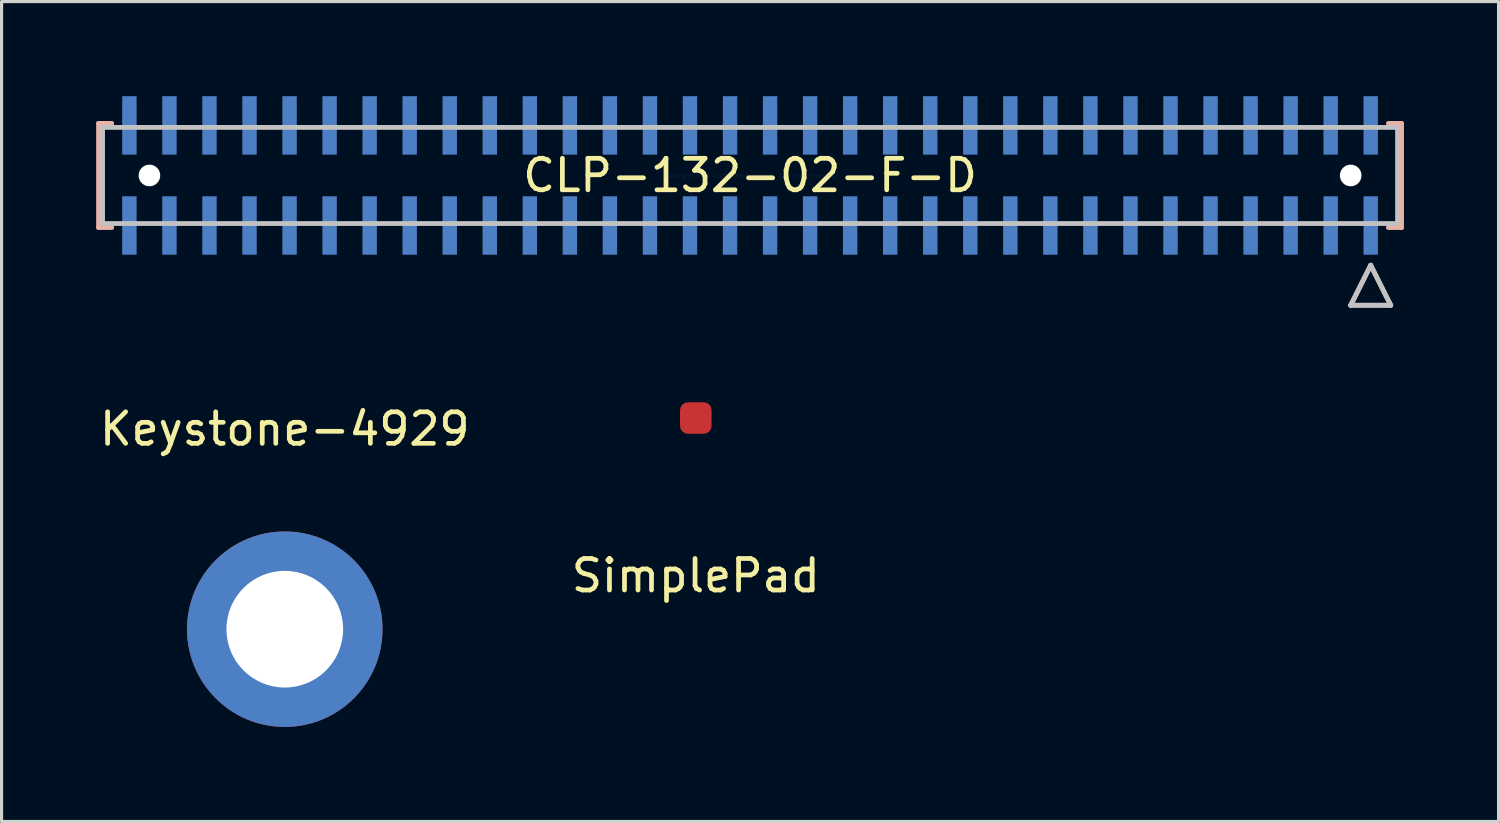
<source format=kicad_pcb>
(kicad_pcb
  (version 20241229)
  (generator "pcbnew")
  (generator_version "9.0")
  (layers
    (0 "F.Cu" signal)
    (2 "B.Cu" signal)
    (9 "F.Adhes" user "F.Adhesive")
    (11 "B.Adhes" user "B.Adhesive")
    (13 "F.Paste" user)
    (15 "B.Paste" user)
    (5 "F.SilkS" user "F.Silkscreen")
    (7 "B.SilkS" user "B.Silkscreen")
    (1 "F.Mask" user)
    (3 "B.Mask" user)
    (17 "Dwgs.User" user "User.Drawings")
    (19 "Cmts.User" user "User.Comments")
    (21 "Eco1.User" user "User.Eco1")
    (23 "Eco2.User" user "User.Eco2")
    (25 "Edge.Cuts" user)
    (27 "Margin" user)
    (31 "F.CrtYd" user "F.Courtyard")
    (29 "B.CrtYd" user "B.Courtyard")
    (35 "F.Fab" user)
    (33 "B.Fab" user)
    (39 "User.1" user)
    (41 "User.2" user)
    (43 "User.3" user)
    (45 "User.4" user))
  (footprint "CLP-132-02-F-D"
    (layer "F.Cu")
    (at 20.739 2.515)
    (property "Reference" "CLP-132-02-F-D" (at 0 0 0) (layer "F.SilkS") (effects (font (size 1 1) (thickness 0.15))))
    (attr through_hole)
    (fp_line (start -20.663 -1.651) (end -20.663 1.651) (stroke (width 0.152) (type solid)) (layer "B.SilkS"))
    (fp_line (start -20.663 1.651) (end -20.246 1.651) (stroke (width 0.152) (type solid)) (layer "B.SilkS"))
    (fp_line (start -20.246 -1.651) (end -20.663 -1.651) (stroke (width 0.152) (type solid)) (layer "B.SilkS"))
    (fp_line (start 19.05 4.117) (end 20.32 4.117) (stroke (width 0.152) (type solid)) (layer "B.SilkS"))
    (fp_line (start 19.685 2.847) (end 19.05 4.117) (stroke (width 0.152) (type solid)) (layer "B.SilkS"))
    (fp_line (start 20.246 1.651) (end 20.663 1.651) (stroke (width 0.152) (type solid)) (layer "B.SilkS"))
    (fp_line (start 20.32 4.117) (end 19.685 2.847) (stroke (width 0.152) (type solid)) (layer "B.SilkS"))
    (fp_line (start 20.663 -1.651) (end 20.246 -1.651) (stroke (width 0.152) (type solid)) (layer "B.SilkS"))
    (fp_line (start 20.663 1.651) (end 20.663 -1.651) (stroke (width 0.152) (type solid)) (layer "B.SilkS"))
    (fp_line (start -20.536 -1.524) (end -20.536 1.524) (stroke (width 0.152) (type solid)) (layer "Dwgs.User"))
    (fp_line (start -20.536 1.524) (end 20.536 1.524) (stroke (width 0.152) (type solid)) (layer "Dwgs.User"))
    (fp_line (start 19.05 4.117) (end 20.32 4.117) (stroke (width 0.152) (type solid)) (layer "Dwgs.User"))
    (fp_line (start 19.685 2.847) (end 19.05 4.117) (stroke (width 0.152) (type solid)) (layer "Dwgs.User"))
    (fp_line (start 20.32 4.117) (end 19.685 2.847) (stroke (width 0.152) (type solid)) (layer "Dwgs.User"))
    (fp_line (start 20.536 -1.524) (end -20.536 -1.524) (stroke (width 0.152) (type solid)) (layer "Dwgs.User"))
    (fp_line (start 20.536 1.524) (end 20.536 -1.524) (stroke (width 0.152) (type solid)) (layer "Dwgs.User"))
    (fp_text user "Copyright 2016 Accelerated Designs. All rights reserved." (at 0 0 0) (layer "Cmts.User") (effects (font (size 0.127 0.127) (thickness 0.002))))
    (pad "" np_thru_hole circle (at -19.05 0) (size 0.686 0.686) (drill 0.686) (layers "*.Cu" "*.Mask"))
    (pad "" np_thru_hole circle (at 19.05 0) (size 0.686 0.686) (drill 0.686) (layers "*.Cu" "*.Mask"))
    (pad "1" smd rect (at 19.685 1.587) (size 0.457 1.854) (layers "B.Cu" "B.Mask" "B.Paste"))
    (pad "2" smd rect (at 19.685 -1.587) (size 0.457 1.854) (layers "B.Cu" "B.Mask" "B.Paste"))
    (pad "3" smd rect (at 18.415 1.587) (size 0.457 1.854) (layers "B.Cu" "B.Mask" "B.Paste"))
    (pad "4" smd rect (at 18.415 -1.587) (size 0.457 1.854) (layers "B.Cu" "B.Mask" "B.Paste"))
    (pad "5" smd rect (at 17.145 1.587) (size 0.457 1.854) (layers "B.Cu" "B.Mask" "B.Paste"))
    (pad "6" smd rect (at 17.145 -1.587) (size 0.457 1.854) (layers "B.Cu" "B.Mask" "B.Paste"))
    (pad "7" smd rect (at 15.875 1.587) (size 0.457 1.854) (layers "B.Cu" "B.Mask" "B.Paste"))
    (pad "8" smd rect (at 15.875 -1.587) (size 0.457 1.854) (layers "B.Cu" "B.Mask" "B.Paste"))
    (pad "9" smd rect (at 14.605 1.587) (size 0.457 1.854) (layers "B.Cu" "B.Mask" "B.Paste"))
    (pad "10" smd rect (at 14.605 -1.587) (size 0.457 1.854) (layers "B.Cu" "B.Mask" "B.Paste"))
    (pad "11" smd rect (at 13.335 1.587) (size 0.457 1.854) (layers "B.Cu" "B.Mask" "B.Paste"))
    (pad "12" smd rect (at 13.335 -1.587) (size 0.457 1.854) (layers "B.Cu" "B.Mask" "B.Paste"))
    (pad "13" smd rect (at 12.065 1.587) (size 0.457 1.854) (layers "B.Cu" "B.Mask" "B.Paste"))
    (pad "14" smd rect (at 12.065 -1.587) (size 0.457 1.854) (layers "B.Cu" "B.Mask" "B.Paste"))
    (pad "15" smd rect (at 10.795 1.587) (size 0.457 1.854) (layers "B.Cu" "B.Mask" "B.Paste"))
    (pad "16" smd rect (at 10.795 -1.587) (size 0.457 1.854) (layers "B.Cu" "B.Mask" "B.Paste"))
    (pad "17" smd rect (at 9.525 1.587) (size 0.457 1.854) (layers "B.Cu" "B.Mask" "B.Paste"))
    (pad "18" smd rect (at 9.525 -1.587) (size 0.457 1.854) (layers "B.Cu" "B.Mask" "B.Paste"))
    (pad "19" smd rect (at 8.255 1.587) (size 0.457 1.854) (layers "B.Cu" "B.Mask" "B.Paste"))
    (pad "20" smd rect (at 8.255 -1.587) (size 0.457 1.854) (layers "B.Cu" "B.Mask" "B.Paste"))
    (pad "21" smd rect (at 6.985 1.587) (size 0.457 1.854) (layers "B.Cu" "B.Mask" "B.Paste"))
    (pad "22" smd rect (at 6.985 -1.587) (size 0.457 1.854) (layers "B.Cu" "B.Mask" "B.Paste"))
    (pad "23" smd rect (at 5.715 1.587) (size 0.457 1.854) (layers "B.Cu" "B.Mask" "B.Paste"))
    (pad "24" smd rect (at 5.715 -1.587) (size 0.457 1.854) (layers "B.Cu" "B.Mask" "B.Paste"))
    (pad "25" smd rect (at 4.445 1.587) (size 0.457 1.854) (layers "B.Cu" "B.Mask" "B.Paste"))
    (pad "26" smd rect (at 4.445 -1.587) (size 0.457 1.854) (layers "B.Cu" "B.Mask" "B.Paste"))
    (pad "27" smd rect (at 3.175 1.587) (size 0.457 1.854) (layers "B.Cu" "B.Mask" "B.Paste"))
    (pad "28" smd rect (at 3.175 -1.587) (size 0.457 1.854) (layers "B.Cu" "B.Mask" "B.Paste"))
    (pad "29" smd rect (at 1.905 1.587) (size 0.457 1.854) (layers "B.Cu" "B.Mask" "B.Paste"))
    (pad "30" smd rect (at 1.905 -1.587) (size 0.457 1.854) (layers "B.Cu" "B.Mask" "B.Paste"))
    (pad "31" smd rect (at 0.635 1.587) (size 0.457 1.854) (layers "B.Cu" "B.Mask" "B.Paste"))
    (pad "32" smd rect (at 0.635 -1.587) (size 0.457 1.854) (layers "B.Cu" "B.Mask" "B.Paste"))
    (pad "33" smd rect (at -0.635 1.587) (size 0.457 1.854) (layers "B.Cu" "B.Mask" "B.Paste"))
    (pad "34" smd rect (at -0.635 -1.587) (size 0.457 1.854) (layers "B.Cu" "B.Mask" "B.Paste"))
    (pad "35" smd rect (at -1.905 1.587) (size 0.457 1.854) (layers "B.Cu" "B.Mask" "B.Paste"))
    (pad "36" smd rect (at -1.905 -1.587) (size 0.457 1.854) (layers "B.Cu" "B.Mask" "B.Paste"))
    (pad "37" smd rect (at -3.175 1.587) (size 0.457 1.854) (layers "B.Cu" "B.Mask" "B.Paste"))
    (pad "38" smd rect (at -3.175 -1.587) (size 0.457 1.854) (layers "B.Cu" "B.Mask" "B.Paste"))
    (pad "39" smd rect (at -4.445 1.587) (size 0.457 1.854) (layers "B.Cu" "B.Mask" "B.Paste"))
    (pad "40" smd rect (at -4.445 -1.587) (size 0.457 1.854) (layers "B.Cu" "B.Mask" "B.Paste"))
    (pad "41" smd rect (at -5.715 1.587) (size 0.457 1.854) (layers "B.Cu" "B.Mask" "B.Paste"))
    (pad "42" smd rect (at -5.715 -1.587) (size 0.457 1.854) (layers "B.Cu" "B.Mask" "B.Paste"))
    (pad "43" smd rect (at -6.985 1.587) (size 0.457 1.854) (layers "B.Cu" "B.Mask" "B.Paste"))
    (pad "44" smd rect (at -6.985 -1.587) (size 0.457 1.854) (layers "B.Cu" "B.Mask" "B.Paste"))
    (pad "45" smd rect (at -8.255 1.587) (size 0.457 1.854) (layers "B.Cu" "B.Mask" "B.Paste"))
    (pad "46" smd rect (at -8.255 -1.587) (size 0.457 1.854) (layers "B.Cu" "B.Mask" "B.Paste"))
    (pad "47" smd rect (at -9.525 1.587) (size 0.457 1.854) (layers "B.Cu" "B.Mask" "B.Paste"))
    (pad "48" smd rect (at -9.525 -1.587) (size 0.457 1.854) (layers "B.Cu" "B.Mask" "B.Paste"))
    (pad "49" smd rect (at -10.795 1.587) (size 0.457 1.854) (layers "B.Cu" "B.Mask" "B.Paste"))
    (pad "50" smd rect (at -10.795 -1.587) (size 0.457 1.854) (layers "B.Cu" "B.Mask" "B.Paste"))
    (pad "51" smd rect (at -12.065 1.587) (size 0.457 1.854) (layers "B.Cu" "B.Mask" "B.Paste"))
    (pad "52" smd rect (at -12.065 -1.587) (size 0.457 1.854) (layers "B.Cu" "B.Mask" "B.Paste"))
    (pad "53" smd rect (at -13.335 1.587) (size 0.457 1.854) (layers "B.Cu" "B.Mask" "B.Paste"))
    (pad "54" smd rect (at -13.335 -1.587) (size 0.457 1.854) (layers "B.Cu" "B.Mask" "B.Paste"))
    (pad "55" smd rect (at -14.605 1.587) (size 0.457 1.854) (layers "B.Cu" "B.Mask" "B.Paste"))
    (pad "56" smd rect (at -14.605 -1.587) (size 0.457 1.854) (layers "B.Cu" "B.Mask" "B.Paste"))
    (pad "57" smd rect (at -15.875 1.587) (size 0.457 1.854) (layers "B.Cu" "B.Mask" "B.Paste"))
    (pad "58" smd rect (at -15.875 -1.587) (size 0.457 1.854) (layers "B.Cu" "B.Mask" "B.Paste"))
    (pad "59" smd rect (at -17.145 1.587) (size 0.457 1.854) (layers "B.Cu" "B.Mask" "B.Paste"))
    (pad "60" smd rect (at -17.145 -1.587) (size 0.457 1.854) (layers "B.Cu" "B.Mask" "B.Paste"))
    (pad "61" smd rect (at -18.415 1.587) (size 0.457 1.854) (layers "B.Cu" "B.Mask" "B.Paste"))
    (pad "62" smd rect (at -18.415 -1.587) (size 0.457 1.854) (layers "B.Cu" "B.Mask" "B.Paste"))
    (pad "63" smd rect (at -19.685 1.587) (size 0.457 1.854) (layers "B.Cu" "B.Mask" "B.Paste"))
    (pad "64" smd rect (at -19.685 -1.587) (size 0.457 1.854) (layers "B.Cu" "B.Mask" "B.Paste")))
  (footprint "Keystone-4929"
    (layer "F.Cu")
    (at 5.982 16.906)
    (property "Reference" "Keystone-4929" (at 0 -6.35 0) (layer "F.SilkS") (effects (font (size 1 1) (thickness 0.15))))
    (attr through_hole)
    (pad "1" thru_hole circle (at 0 0) (size 6.2 6.2) (drill 3.7) (layers "*.Cu" "*.Mask")))
  (footprint "SimplePad"
    (layer "F.Cu")
    (at 19.018 10.208)
    (property "Reference" "SimplePad" (at 0 5 0) (layer "F.SilkS") (effects (font (size 1 1) (thickness 0.15))))
    (attr through_hole)
    (pad "1" smd roundrect (at 0 0) (size 1 1) (layers "F.Cu" "F.Mask" "F.Paste") (roundrect_rratio 0.25)))
  (gr_rect
    (start -3 -3)
    (end 44.478 23.006)
    (stroke (width 0.1) (type default))
    (fill no)
    (layer "Edge.Cuts")))
</source>
